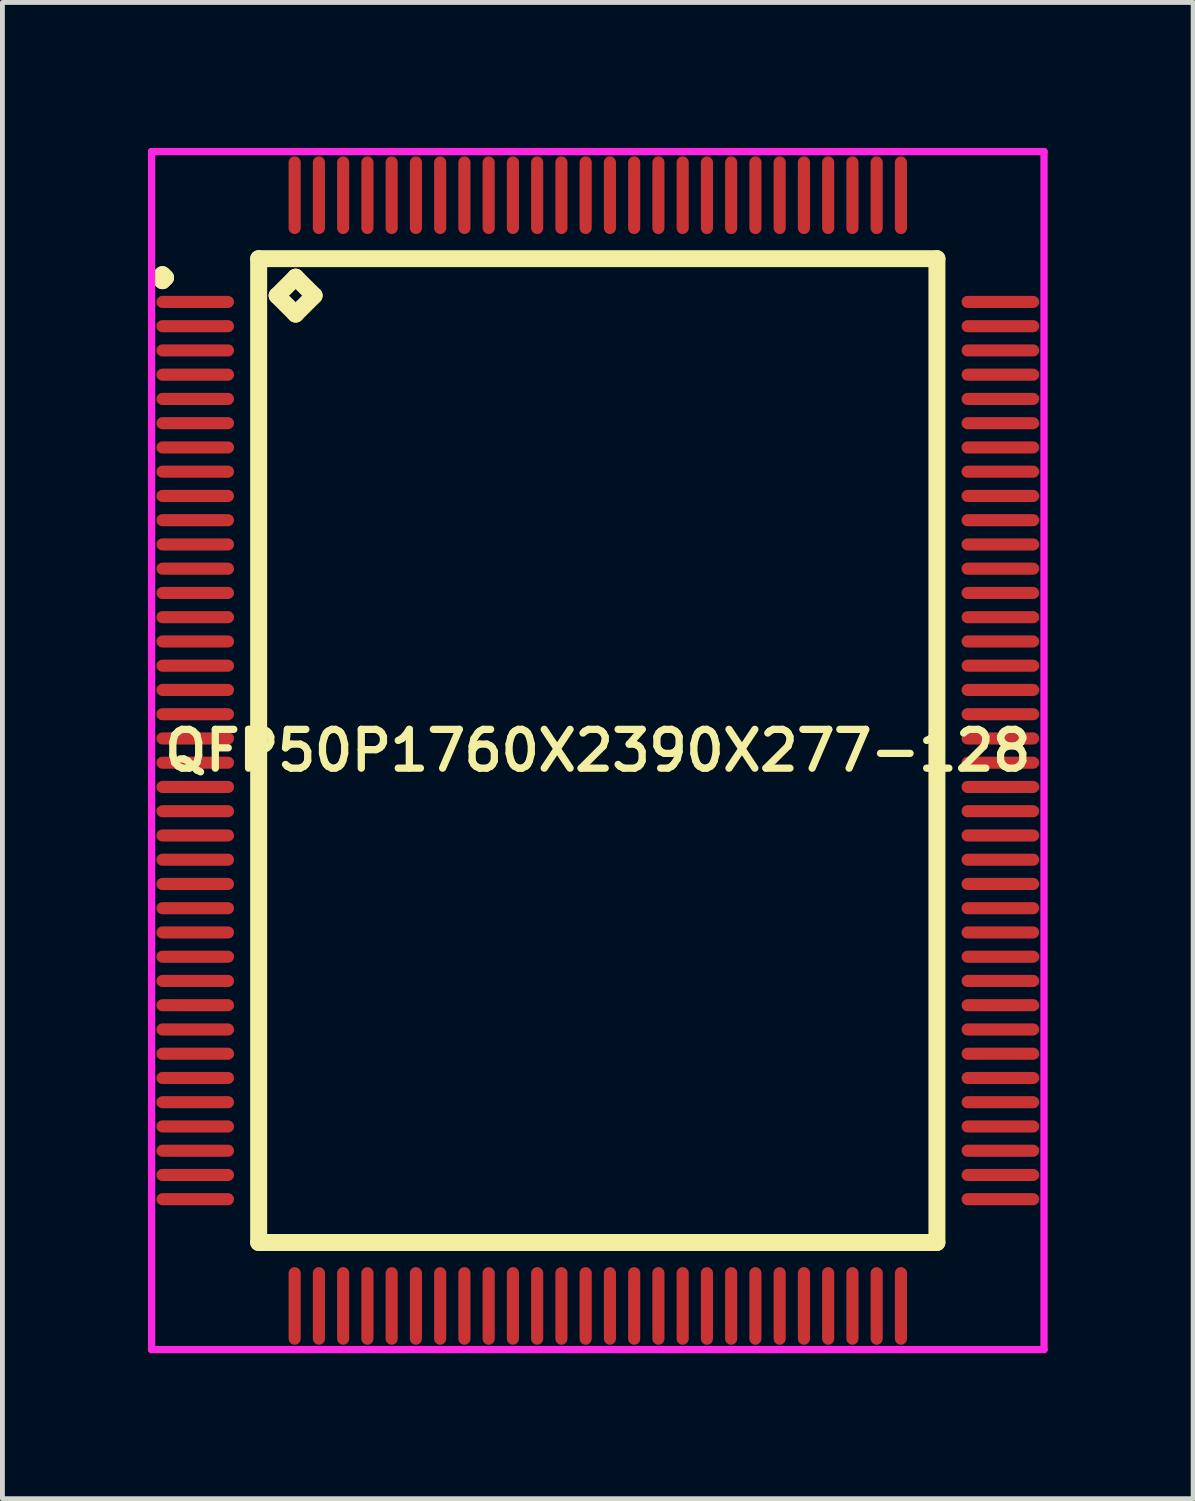
<source format=kicad_pcb>
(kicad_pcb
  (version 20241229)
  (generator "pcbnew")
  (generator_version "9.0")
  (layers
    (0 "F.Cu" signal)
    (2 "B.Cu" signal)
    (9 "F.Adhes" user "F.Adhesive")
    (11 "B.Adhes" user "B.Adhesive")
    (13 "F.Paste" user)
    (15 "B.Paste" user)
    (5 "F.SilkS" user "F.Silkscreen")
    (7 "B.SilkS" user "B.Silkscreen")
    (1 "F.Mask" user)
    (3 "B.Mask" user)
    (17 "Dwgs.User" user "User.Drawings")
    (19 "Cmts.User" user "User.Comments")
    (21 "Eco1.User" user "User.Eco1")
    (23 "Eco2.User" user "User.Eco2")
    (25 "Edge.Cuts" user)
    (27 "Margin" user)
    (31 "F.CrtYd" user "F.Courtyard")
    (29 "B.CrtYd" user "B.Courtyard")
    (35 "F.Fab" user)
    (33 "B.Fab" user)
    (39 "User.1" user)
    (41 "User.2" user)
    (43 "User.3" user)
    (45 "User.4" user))
  (footprint "QFP50P1760X2390X277-128"
    (layer "F.Cu")
    (at 9.275 12.425)
    (property "Reference" "QFP50P1760X2390X277-128" (at 0 0 0) (layer "F.SilkS") (effects (font (size 0.8 0.8) (thickness 0.15))))
    (attr smd)
    (fp_line (start -9.037 -9.75) (end -8.975 -9.812) (stroke (width 0.35) (type solid)) (layer "F.SilkS"))
    (fp_line (start -8.975 -9.812) (end -8.912 -9.75) (stroke (width 0.35) (type solid)) (layer "F.SilkS"))
    (fp_line (start -8.975 -9.688) (end -9.037 -9.75) (stroke (width 0.35) (type solid)) (layer "F.SilkS"))
    (fp_line (start -8.912 -9.75) (end -8.975 -9.688) (stroke (width 0.35) (type solid)) (layer "F.SilkS"))
    (fp_line (start -6.992 -10.142) (end -6.992 10.142) (stroke (width 0.35) (type solid)) (layer "F.SilkS"))
    (fp_line (start -6.992 10.142) (end 6.992 10.142) (stroke (width 0.35) (type solid)) (layer "F.SilkS"))
    (fp_line (start -6.611 -9.38) (end -6.23 -9.761) (stroke (width 0.35) (type solid)) (layer "F.SilkS"))
    (fp_line (start -6.23 -9.761) (end -5.849 -9.38) (stroke (width 0.35) (type solid)) (layer "F.SilkS"))
    (fp_line (start -6.23 -8.999) (end -6.611 -9.38) (stroke (width 0.35) (type solid)) (layer "F.SilkS"))
    (fp_line (start -5.849 -9.38) (end -6.23 -8.999) (stroke (width 0.35) (type solid)) (layer "F.SilkS"))
    (fp_line (start 6.992 -10.142) (end -6.992 -10.142) (stroke (width 0.35) (type solid)) (layer "F.SilkS"))
    (fp_line (start 6.992 10.142) (end 6.992 -10.142) (stroke (width 0.35) (type solid)) (layer "F.SilkS"))
    (fp_line (start -9.2 -12.35) (end 9.2 -12.35) (stroke (width 0.15) (type solid)) (layer "F.CrtYd"))
    (fp_line (start -9.2 12.35) (end -9.2 -12.35) (stroke (width 0.15) (type solid)) (layer "F.CrtYd"))
    (fp_line (start 9.2 -12.35) (end 9.2 12.35) (stroke (width 0.15) (type solid)) (layer "F.CrtYd"))
    (fp_line (start 9.2 12.35) (end -9.2 12.35) (stroke (width 0.15) (type solid)) (layer "F.CrtYd"))
    (pad "1" smd oval (at -8.3 -9.25) (size 1.6 0.25) (layers "F.Cu" "F.Mask" "F.Paste"))
    (pad "2" smd oval (at -8.3 -8.75) (size 1.6 0.25) (layers "F.Cu" "F.Mask" "F.Paste"))
    (pad "3" smd oval (at -8.3 -8.25) (size 1.6 0.25) (layers "F.Cu" "F.Mask" "F.Paste"))
    (pad "4" smd oval (at -8.3 -7.75) (size 1.6 0.25) (layers "F.Cu" "F.Mask" "F.Paste"))
    (pad "5" smd oval (at -8.3 -7.25) (size 1.6 0.25) (layers "F.Cu" "F.Mask" "F.Paste"))
    (pad "6" smd oval (at -8.3 -6.75) (size 1.6 0.25) (layers "F.Cu" "F.Mask" "F.Paste"))
    (pad "7" smd oval (at -8.3 -6.25) (size 1.6 0.25) (layers "F.Cu" "F.Mask" "F.Paste"))
    (pad "8" smd oval (at -8.3 -5.75) (size 1.6 0.25) (layers "F.Cu" "F.Mask" "F.Paste"))
    (pad "9" smd oval (at -8.3 -5.25) (size 1.6 0.25) (layers "F.Cu" "F.Mask" "F.Paste"))
    (pad "10" smd oval (at -8.3 -4.75) (size 1.6 0.25) (layers "F.Cu" "F.Mask" "F.Paste"))
    (pad "11" smd oval (at -8.3 -4.25) (size 1.6 0.25) (layers "F.Cu" "F.Mask" "F.Paste"))
    (pad "12" smd oval (at -8.3 -3.75) (size 1.6 0.25) (layers "F.Cu" "F.Mask" "F.Paste"))
    (pad "13" smd oval (at -8.3 -3.25) (size 1.6 0.25) (layers "F.Cu" "F.Mask" "F.Paste"))
    (pad "14" smd oval (at -8.3 -2.75) (size 1.6 0.25) (layers "F.Cu" "F.Mask" "F.Paste"))
    (pad "15" smd oval (at -8.3 -2.25) (size 1.6 0.25) (layers "F.Cu" "F.Mask" "F.Paste"))
    (pad "16" smd oval (at -8.3 -1.75) (size 1.6 0.25) (layers "F.Cu" "F.Mask" "F.Paste"))
    (pad "17" smd oval (at -8.3 -1.25) (size 1.6 0.25) (layers "F.Cu" "F.Mask" "F.Paste"))
    (pad "18" smd oval (at -8.3 -0.75) (size 1.6 0.25) (layers "F.Cu" "F.Mask" "F.Paste"))
    (pad "19" smd oval (at -8.3 -0.25) (size 1.6 0.25) (layers "F.Cu" "F.Mask" "F.Paste"))
    (pad "20" smd oval (at -8.3 0.25) (size 1.6 0.25) (layers "F.Cu" "F.Mask" "F.Paste"))
    (pad "21" smd oval (at -8.3 0.75) (size 1.6 0.25) (layers "F.Cu" "F.Mask" "F.Paste"))
    (pad "22" smd oval (at -8.3 1.25) (size 1.6 0.25) (layers "F.Cu" "F.Mask" "F.Paste"))
    (pad "23" smd oval (at -8.3 1.75) (size 1.6 0.25) (layers "F.Cu" "F.Mask" "F.Paste"))
    (pad "24" smd oval (at -8.3 2.25) (size 1.6 0.25) (layers "F.Cu" "F.Mask" "F.Paste"))
    (pad "25" smd oval (at -8.3 2.75) (size 1.6 0.25) (layers "F.Cu" "F.Mask" "F.Paste"))
    (pad "26" smd oval (at -8.3 3.25) (size 1.6 0.25) (layers "F.Cu" "F.Mask" "F.Paste"))
    (pad "27" smd oval (at -8.3 3.75) (size 1.6 0.25) (layers "F.Cu" "F.Mask" "F.Paste"))
    (pad "28" smd oval (at -8.3 4.25) (size 1.6 0.25) (layers "F.Cu" "F.Mask" "F.Paste"))
    (pad "29" smd oval (at -8.3 4.75) (size 1.6 0.25) (layers "F.Cu" "F.Mask" "F.Paste"))
    (pad "30" smd oval (at -8.3 5.25) (size 1.6 0.25) (layers "F.Cu" "F.Mask" "F.Paste"))
    (pad "31" smd oval (at -8.3 5.75) (size 1.6 0.25) (layers "F.Cu" "F.Mask" "F.Paste"))
    (pad "32" smd oval (at -8.3 6.25) (size 1.6 0.25) (layers "F.Cu" "F.Mask" "F.Paste"))
    (pad "33" smd oval (at -8.3 6.75) (size 1.6 0.25) (layers "F.Cu" "F.Mask" "F.Paste"))
    (pad "34" smd oval (at -8.3 7.25) (size 1.6 0.25) (layers "F.Cu" "F.Mask" "F.Paste"))
    (pad "35" smd oval (at -8.3 7.75) (size 1.6 0.25) (layers "F.Cu" "F.Mask" "F.Paste"))
    (pad "36" smd oval (at -8.3 8.25) (size 1.6 0.25) (layers "F.Cu" "F.Mask" "F.Paste"))
    (pad "37" smd oval (at -8.3 8.75) (size 1.6 0.25) (layers "F.Cu" "F.Mask" "F.Paste"))
    (pad "38" smd oval (at -8.3 9.25) (size 1.6 0.25) (layers "F.Cu" "F.Mask" "F.Paste"))
    (pad "39" smd oval (at -6.25 11.45) (size 0.25 1.6) (layers "F.Cu" "F.Mask" "F.Paste"))
    (pad "40" smd oval (at -5.75 11.45) (size 0.25 1.6) (layers "F.Cu" "F.Mask" "F.Paste"))
    (pad "41" smd oval (at -5.25 11.45) (size 0.25 1.6) (layers "F.Cu" "F.Mask" "F.Paste"))
    (pad "42" smd oval (at -4.75 11.45) (size 0.25 1.6) (layers "F.Cu" "F.Mask" "F.Paste"))
    (pad "43" smd oval (at -4.25 11.45) (size 0.25 1.6) (layers "F.Cu" "F.Mask" "F.Paste"))
    (pad "44" smd oval (at -3.75 11.45) (size 0.25 1.6) (layers "F.Cu" "F.Mask" "F.Paste"))
    (pad "45" smd oval (at -3.25 11.45) (size 0.25 1.6) (layers "F.Cu" "F.Mask" "F.Paste"))
    (pad "46" smd oval (at -2.75 11.45) (size 0.25 1.6) (layers "F.Cu" "F.Mask" "F.Paste"))
    (pad "47" smd oval (at -2.25 11.45) (size 0.25 1.6) (layers "F.Cu" "F.Mask" "F.Paste"))
    (pad "48" smd oval (at -1.75 11.45) (size 0.25 1.6) (layers "F.Cu" "F.Mask" "F.Paste"))
    (pad "49" smd oval (at -1.25 11.45) (size 0.25 1.6) (layers "F.Cu" "F.Mask" "F.Paste"))
    (pad "50" smd oval (at -0.75 11.45) (size 0.25 1.6) (layers "F.Cu" "F.Mask" "F.Paste"))
    (pad "51" smd oval (at -0.25 11.45) (size 0.25 1.6) (layers "F.Cu" "F.Mask" "F.Paste"))
    (pad "52" smd oval (at 0.25 11.45) (size 0.25 1.6) (layers "F.Cu" "F.Mask" "F.Paste"))
    (pad "53" smd oval (at 0.75 11.45) (size 0.25 1.6) (layers "F.Cu" "F.Mask" "F.Paste"))
    (pad "54" smd oval (at 1.25 11.45) (size 0.25 1.6) (layers "F.Cu" "F.Mask" "F.Paste"))
    (pad "55" smd oval (at 1.75 11.45) (size 0.25 1.6) (layers "F.Cu" "F.Mask" "F.Paste"))
    (pad "56" smd oval (at 2.25 11.45) (size 0.25 1.6) (layers "F.Cu" "F.Mask" "F.Paste"))
    (pad "57" smd oval (at 2.75 11.45) (size 0.25 1.6) (layers "F.Cu" "F.Mask" "F.Paste"))
    (pad "58" smd oval (at 3.25 11.45) (size 0.25 1.6) (layers "F.Cu" "F.Mask" "F.Paste"))
    (pad "59" smd oval (at 3.75 11.45) (size 0.25 1.6) (layers "F.Cu" "F.Mask" "F.Paste"))
    (pad "60" smd oval (at 4.25 11.45) (size 0.25 1.6) (layers "F.Cu" "F.Mask" "F.Paste"))
    (pad "61" smd oval (at 4.75 11.45) (size 0.25 1.6) (layers "F.Cu" "F.Mask" "F.Paste"))
    (pad "62" smd oval (at 5.25 11.45) (size 0.25 1.6) (layers "F.Cu" "F.Mask" "F.Paste"))
    (pad "63" smd oval (at 5.75 11.45) (size 0.25 1.6) (layers "F.Cu" "F.Mask" "F.Paste"))
    (pad "64" smd oval (at 6.25 11.45) (size 0.25 1.6) (layers "F.Cu" "F.Mask" "F.Paste"))
    (pad "65" smd oval (at 8.3 9.25) (size 1.6 0.25) (layers "F.Cu" "F.Mask" "F.Paste"))
    (pad "66" smd oval (at 8.3 8.75) (size 1.6 0.25) (layers "F.Cu" "F.Mask" "F.Paste"))
    (pad "67" smd oval (at 8.3 8.25) (size 1.6 0.25) (layers "F.Cu" "F.Mask" "F.Paste"))
    (pad "68" smd oval (at 8.3 7.75) (size 1.6 0.25) (layers "F.Cu" "F.Mask" "F.Paste"))
    (pad "69" smd oval (at 8.3 7.25) (size 1.6 0.25) (layers "F.Cu" "F.Mask" "F.Paste"))
    (pad "70" smd oval (at 8.3 6.75) (size 1.6 0.25) (layers "F.Cu" "F.Mask" "F.Paste"))
    (pad "71" smd oval (at 8.3 6.25) (size 1.6 0.25) (layers "F.Cu" "F.Mask" "F.Paste"))
    (pad "72" smd oval (at 8.3 5.75) (size 1.6 0.25) (layers "F.Cu" "F.Mask" "F.Paste"))
    (pad "73" smd oval (at 8.3 5.25) (size 1.6 0.25) (layers "F.Cu" "F.Mask" "F.Paste"))
    (pad "74" smd oval (at 8.3 4.75) (size 1.6 0.25) (layers "F.Cu" "F.Mask" "F.Paste"))
    (pad "75" smd oval (at 8.3 4.25) (size 1.6 0.25) (layers "F.Cu" "F.Mask" "F.Paste"))
    (pad "76" smd oval (at 8.3 3.75) (size 1.6 0.25) (layers "F.Cu" "F.Mask" "F.Paste"))
    (pad "77" smd oval (at 8.3 3.25) (size 1.6 0.25) (layers "F.Cu" "F.Mask" "F.Paste"))
    (pad "78" smd oval (at 8.3 2.75) (size 1.6 0.25) (layers "F.Cu" "F.Mask" "F.Paste"))
    (pad "79" smd oval (at 8.3 2.25) (size 1.6 0.25) (layers "F.Cu" "F.Mask" "F.Paste"))
    (pad "80" smd oval (at 8.3 1.75) (size 1.6 0.25) (layers "F.Cu" "F.Mask" "F.Paste"))
    (pad "81" smd oval (at 8.3 1.25) (size 1.6 0.25) (layers "F.Cu" "F.Mask" "F.Paste"))
    (pad "82" smd oval (at 8.3 0.75) (size 1.6 0.25) (layers "F.Cu" "F.Mask" "F.Paste"))
    (pad "83" smd oval (at 8.3 0.25) (size 1.6 0.25) (layers "F.Cu" "F.Mask" "F.Paste"))
    (pad "84" smd oval (at 8.3 -0.25) (size 1.6 0.25) (layers "F.Cu" "F.Mask" "F.Paste"))
    (pad "85" smd oval (at 8.3 -0.75) (size 1.6 0.25) (layers "F.Cu" "F.Mask" "F.Paste"))
    (pad "86" smd oval (at 8.3 -1.25) (size 1.6 0.25) (layers "F.Cu" "F.Mask" "F.Paste"))
    (pad "87" smd oval (at 8.3 -1.75) (size 1.6 0.25) (layers "F.Cu" "F.Mask" "F.Paste"))
    (pad "88" smd oval (at 8.3 -2.25) (size 1.6 0.25) (layers "F.Cu" "F.Mask" "F.Paste"))
    (pad "89" smd oval (at 8.3 -2.75) (size 1.6 0.25) (layers "F.Cu" "F.Mask" "F.Paste"))
    (pad "90" smd oval (at 8.3 -3.25) (size 1.6 0.25) (layers "F.Cu" "F.Mask" "F.Paste"))
    (pad "91" smd oval (at 8.3 -3.75) (size 1.6 0.25) (layers "F.Cu" "F.Mask" "F.Paste"))
    (pad "92" smd oval (at 8.3 -4.25) (size 1.6 0.25) (layers "F.Cu" "F.Mask" "F.Paste"))
    (pad "93" smd oval (at 8.3 -4.75) (size 1.6 0.25) (layers "F.Cu" "F.Mask" "F.Paste"))
    (pad "94" smd oval (at 8.3 -5.25) (size 1.6 0.25) (layers "F.Cu" "F.Mask" "F.Paste"))
    (pad "95" smd oval (at 8.3 -5.75) (size 1.6 0.25) (layers "F.Cu" "F.Mask" "F.Paste"))
    (pad "96" smd oval (at 8.3 -6.25) (size 1.6 0.25) (layers "F.Cu" "F.Mask" "F.Paste"))
    (pad "97" smd oval (at 8.3 -6.75) (size 1.6 0.25) (layers "F.Cu" "F.Mask" "F.Paste"))
    (pad "98" smd oval (at 8.3 -7.25) (size 1.6 0.25) (layers "F.Cu" "F.Mask" "F.Paste"))
    (pad "99" smd oval (at 8.3 -7.75) (size 1.6 0.25) (layers "F.Cu" "F.Mask" "F.Paste"))
    (pad "100" smd oval (at 8.3 -8.25) (size 1.6 0.25) (layers "F.Cu" "F.Mask" "F.Paste"))
    (pad "101" smd oval (at 8.3 -8.75) (size 1.6 0.25) (layers "F.Cu" "F.Mask" "F.Paste"))
    (pad "102" smd oval (at 8.3 -9.25) (size 1.6 0.25) (layers "F.Cu" "F.Mask" "F.Paste"))
    (pad "103" smd oval (at 6.25 -11.45) (size 0.25 1.6) (layers "F.Cu" "F.Mask" "F.Paste"))
    (pad "104" smd oval (at 5.75 -11.45) (size 0.25 1.6) (layers "F.Cu" "F.Mask" "F.Paste"))
    (pad "105" smd oval (at 5.25 -11.45) (size 0.25 1.6) (layers "F.Cu" "F.Mask" "F.Paste"))
    (pad "106" smd oval (at 4.75 -11.45) (size 0.25 1.6) (layers "F.Cu" "F.Mask" "F.Paste"))
    (pad "107" smd oval (at 4.25 -11.45) (size 0.25 1.6) (layers "F.Cu" "F.Mask" "F.Paste"))
    (pad "108" smd oval (at 3.75 -11.45) (size 0.25 1.6) (layers "F.Cu" "F.Mask" "F.Paste"))
    (pad "109" smd oval (at 3.25 -11.45) (size 0.25 1.6) (layers "F.Cu" "F.Mask" "F.Paste"))
    (pad "110" smd oval (at 2.75 -11.45) (size 0.25 1.6) (layers "F.Cu" "F.Mask" "F.Paste"))
    (pad "111" smd oval (at 2.25 -11.45) (size 0.25 1.6) (layers "F.Cu" "F.Mask" "F.Paste"))
    (pad "112" smd oval (at 1.75 -11.45) (size 0.25 1.6) (layers "F.Cu" "F.Mask" "F.Paste"))
    (pad "113" smd oval (at 1.25 -11.45) (size 0.25 1.6) (layers "F.Cu" "F.Mask" "F.Paste"))
    (pad "114" smd oval (at 0.75 -11.45) (size 0.25 1.6) (layers "F.Cu" "F.Mask" "F.Paste"))
    (pad "115" smd oval (at 0.25 -11.45) (size 0.25 1.6) (layers "F.Cu" "F.Mask" "F.Paste"))
    (pad "116" smd oval (at -0.25 -11.45) (size 0.25 1.6) (layers "F.Cu" "F.Mask" "F.Paste"))
    (pad "117" smd oval (at -0.75 -11.45) (size 0.25 1.6) (layers "F.Cu" "F.Mask" "F.Paste"))
    (pad "118" smd oval (at -1.25 -11.45) (size 0.25 1.6) (layers "F.Cu" "F.Mask" "F.Paste"))
    (pad "119" smd oval (at -1.75 -11.45) (size 0.25 1.6) (layers "F.Cu" "F.Mask" "F.Paste"))
    (pad "120" smd oval (at -2.25 -11.45) (size 0.25 1.6) (layers "F.Cu" "F.Mask" "F.Paste"))
    (pad "121" smd oval (at -2.75 -11.45) (size 0.25 1.6) (layers "F.Cu" "F.Mask" "F.Paste"))
    (pad "122" smd oval (at -3.25 -11.45) (size 0.25 1.6) (layers "F.Cu" "F.Mask" "F.Paste"))
    (pad "123" smd oval (at -3.75 -11.45) (size 0.25 1.6) (layers "F.Cu" "F.Mask" "F.Paste"))
    (pad "124" smd oval (at -4.25 -11.45) (size 0.25 1.6) (layers "F.Cu" "F.Mask" "F.Paste"))
    (pad "125" smd oval (at -4.75 -11.45) (size 0.25 1.6) (layers "F.Cu" "F.Mask" "F.Paste"))
    (pad "126" smd oval (at -5.25 -11.45) (size 0.25 1.6) (layers "F.Cu" "F.Mask" "F.Paste"))
    (pad "127" smd oval (at -5.75 -11.45) (size 0.25 1.6) (layers "F.Cu" "F.Mask" "F.Paste"))
    (pad "128" smd oval (at -6.25 -11.45) (size 0.25 1.6) (layers "F.Cu" "F.Mask" "F.Paste")))
  (gr_rect
    (start -3 -3)
    (end 21.55 27.85)
    (stroke (width 0.1) (type default))
    (fill no)
    (layer "Edge.Cuts")))
</source>
